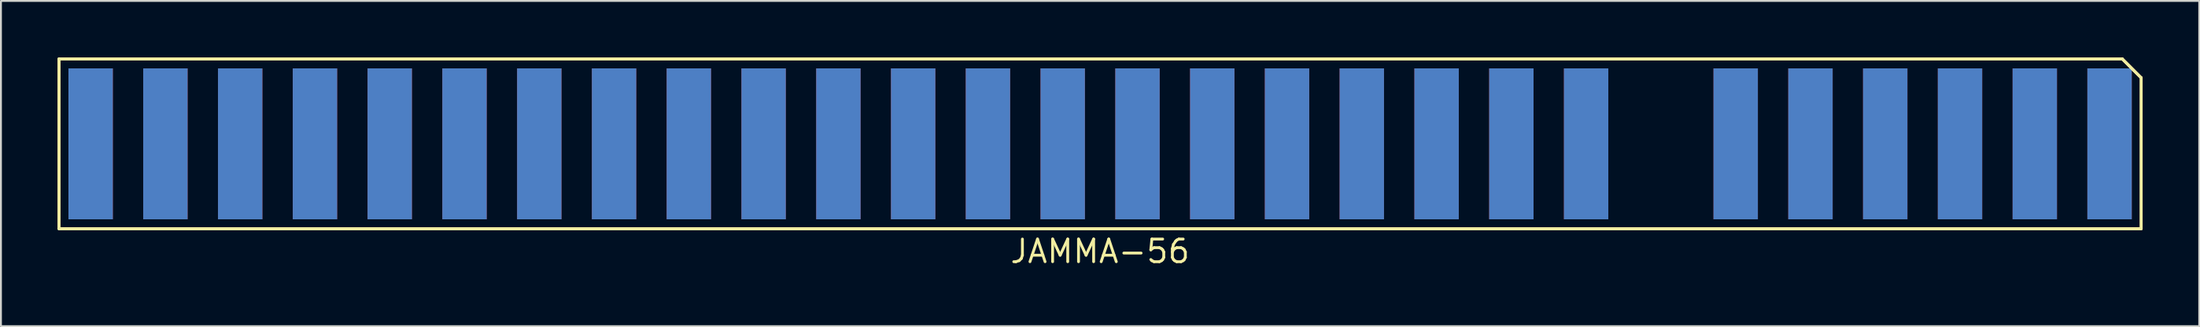
<source format=kicad_pcb>
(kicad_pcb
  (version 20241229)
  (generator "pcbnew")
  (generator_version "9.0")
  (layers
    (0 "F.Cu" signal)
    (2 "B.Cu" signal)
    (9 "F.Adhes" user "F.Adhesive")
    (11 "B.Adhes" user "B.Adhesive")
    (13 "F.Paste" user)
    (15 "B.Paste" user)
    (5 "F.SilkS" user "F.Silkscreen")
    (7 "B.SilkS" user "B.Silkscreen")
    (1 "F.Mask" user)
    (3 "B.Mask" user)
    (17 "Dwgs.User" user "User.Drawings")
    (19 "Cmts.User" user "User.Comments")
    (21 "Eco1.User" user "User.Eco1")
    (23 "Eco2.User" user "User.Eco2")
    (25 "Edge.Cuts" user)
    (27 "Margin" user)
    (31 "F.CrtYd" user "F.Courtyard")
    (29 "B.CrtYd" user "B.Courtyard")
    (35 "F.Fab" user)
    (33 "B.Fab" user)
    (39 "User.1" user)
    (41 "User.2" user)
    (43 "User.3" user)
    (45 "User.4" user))
  (footprint "JAMMA-56"
    (layer "F.Cu")
    (at 108.82 4.525)
    (property "Reference" "JAMMA-56" (at -53.61 5.75 0) (layer "F.SilkS") (effects (font (size 1.2 1.2) (thickness 0.15))))
    (attr through_hole)
    (fp_line (start -108.745 -4.45) (end 0.525 -4.45) (stroke (width 0.15) (type solid)) (layer "F.SilkS"))
    (fp_line (start -108.745 -4.45) (end 0.525 -4.45) (stroke (width 0.15) (type solid)) (layer "F.SilkS"))
    (fp_line (start -108.745 4.55) (end -108.745 -4.45) (stroke (width 0.15) (type solid)) (layer "F.SilkS"))
    (fp_line (start -108.745 4.55) (end -108.745 -4.45) (stroke (width 0.15) (type solid)) (layer "F.SilkS"))
    (fp_line (start 0.525 -4.45) (end 1.525 -3.45) (stroke (width 0.15) (type solid)) (layer "F.SilkS"))
    (fp_line (start 0.525 -4.45) (end 1.525 -3.45) (stroke (width 0.15) (type solid)) (layer "F.SilkS"))
    (fp_line (start 1.525 -3.45) (end 1.525 4.55) (stroke (width 0.15) (type solid)) (layer "F.SilkS"))
    (fp_line (start 1.525 -3.45) (end 1.525 4.55) (stroke (width 0.15) (type solid)) (layer "F.SilkS"))
    (fp_line (start 1.525 4.55) (end -108.745 4.55) (stroke (width 0.15) (type solid)) (layer "F.SilkS"))
    (fp_line (start 1.525 4.55) (end -108.745 4.55) (stroke (width 0.15) (type solid)) (layer "F.SilkS"))
    (pad "1" smd rect (at -0.15 0.05) (size 2.35 8) (layers "*.Mask" "F.Cu"))
    (pad "2" smd rect (at -4.11 0.05) (size 2.35 8) (layers "*.Mask" "F.Cu"))
    (pad "3" smd rect (at -8.07 0.05) (size 2.35 8) (layers "*.Mask" "F.Cu"))
    (pad "4" smd rect (at -12.03 0.05) (size 2.35 8) (layers "*.Mask" "F.Cu"))
    (pad "5" smd rect (at -15.99 0.05) (size 2.35 8) (layers "*.Mask" "F.Cu"))
    (pad "6" smd rect (at -19.95 0.05) (size 2.35 8) (layers "*.Mask" "F.Cu"))
    (pad "8" smd rect (at -27.87 0.05) (size 2.35 8) (layers "*.Mask" "F.Cu"))
    (pad "9" smd rect (at -31.83 0.05) (size 2.35 8) (layers "*.Mask" "F.Cu"))
    (pad "10" smd rect (at -35.79 0.05) (size 2.35 8) (layers "*.Mask" "F.Cu"))
    (pad "11" smd rect (at -39.75 0.05) (size 2.35 8) (layers "*.Mask" "F.Cu"))
    (pad "12" smd rect (at -43.71 0.05) (size 2.35 8) (layers "*.Mask" "F.Cu"))
    (pad "13" smd rect (at -47.67 0.05) (size 2.35 8) (layers "*.Mask" "F.Cu"))
    (pad "14" smd rect (at -51.63 0.05) (size 2.35 8) (layers "*.Mask" "F.Cu"))
    (pad "15" smd rect (at -55.59 0.05) (size 2.35 8) (layers "*.Mask" "F.Cu"))
    (pad "16" smd rect (at -59.55 0.05) (size 2.35 8) (layers "*.Mask" "F.Cu"))
    (pad "17" smd rect (at -63.51 0.05) (size 2.35 8) (layers "*.Mask" "F.Cu"))
    (pad "18" smd rect (at -67.47 0.05) (size 2.35 8) (layers "*.Mask" "F.Cu"))
    (pad "19" smd rect (at -71.43 0.05) (size 2.35 8) (layers "*.Mask" "F.Cu"))
    (pad "20" smd rect (at -75.39 0.05) (size 2.35 8) (layers "*.Mask" "F.Cu"))
    (pad "21" smd rect (at -79.35 0.05) (size 2.35 8) (layers "*.Mask" "F.Cu"))
    (pad "22" smd rect (at -83.31 0.05) (size 2.35 8) (layers "*.Mask" "F.Cu"))
    (pad "23" smd rect (at -87.27 0.05) (size 2.35 8) (layers "*.Mask" "F.Cu"))
    (pad "24" smd rect (at -91.23 0.05) (size 2.35 8) (layers "*.Mask" "F.Cu"))
    (pad "25" smd rect (at -95.19 0.05) (size 2.35 8) (layers "*.Mask" "F.Cu"))
    (pad "26" smd rect (at -99.15 0.05) (size 2.35 8) (layers "*.Mask" "F.Cu"))
    (pad "27" smd rect (at -103.11 0.05) (size 2.35 8) (layers "*.Mask" "F.Cu"))
    (pad "28" smd rect (at -107.07 0.05) (size 2.35 8) (layers "*.Mask" "F.Cu"))
    (pad "A" smd rect (at -0.15 0.05) (size 2.35 8) (layers "*.Mask" "B.Cu"))
    (pad "B" smd rect (at -4.11 0.05) (size 2.35 8) (layers "*.Mask" "B.Cu"))
    (pad "C" smd rect (at -8.07 0.05) (size 2.35 8) (layers "*.Mask" "B.Cu"))
    (pad "D" smd rect (at -12.03 0.05) (size 2.35 8) (layers "*.Mask" "B.Cu"))
    (pad "E" smd rect (at -15.99 0.05) (size 2.35 8) (layers "*.Mask" "B.Cu"))
    (pad "F" smd rect (at -19.95 0.05) (size 2.35 8) (layers "*.Mask" "B.Cu"))
    (pad "J" smd rect (at -27.87 0.05) (size 2.35 8) (layers "*.Mask" "B.Cu"))
    (pad "K" smd rect (at -31.83 0.05) (size 2.35 8) (layers "*.Mask" "B.Cu"))
    (pad "L" smd rect (at -35.79 0.05) (size 2.35 8) (layers "*.Mask" "B.Cu"))
    (pad "M" smd rect (at -39.75 0.05) (size 2.35 8) (layers "*.Mask" "B.Cu"))
    (pad "N" smd rect (at -43.71 0.05) (size 2.35 8) (layers "*.Mask" "B.Cu"))
    (pad "P" smd rect (at -47.67 0.05) (size 2.35 8) (layers "*.Mask" "B.Cu"))
    (pad "R" smd rect (at -51.63 0.05) (size 2.35 8) (layers "*.Mask" "B.Cu"))
    (pad "S" smd rect (at -55.59 0.05) (size 2.35 8) (layers "*.Mask" "B.Cu"))
    (pad "T" smd rect (at -59.55 0.05) (size 2.35 8) (layers "*.Mask" "B.Cu"))
    (pad "U" smd rect (at -63.51 0.05) (size 2.35 8) (layers "*.Mask" "B.Cu"))
    (pad "V" smd rect (at -67.47 0.05) (size 2.35 8) (layers "*.Mask" "B.Cu"))
    (pad "W" smd rect (at -71.43 0.05) (size 2.35 8) (layers "*.Mask" "B.Cu"))
    (pad "X" smd rect (at -75.39 0.05) (size 2.35 8) (layers "*.Mask" "B.Cu"))
    (pad "Y" smd rect (at -79.35 0.05) (size 2.35 8) (layers "*.Mask" "B.Cu"))
    (pad "Z" smd rect (at -83.31 0.05) (size 2.35 8) (layers "*.Mask" "B.Cu"))
    (pad "a" smd rect (at -87.27 0.05) (size 2.35 8) (layers "*.Mask" "B.Cu"))
    (pad "b" smd rect (at -91.23 0.05) (size 2.35 8) (layers "*.Mask" "B.Cu"))
    (pad "c" smd rect (at -95.19 0.05) (size 2.35 8) (layers "*.Mask" "B.Cu"))
    (pad "d" smd rect (at -99.15 0.05) (size 2.35 8) (layers "*.Mask" "B.Cu"))
    (pad "e" smd rect (at -103.11 0.05) (size 2.35 8) (layers "*.Mask" "B.Cu"))
    (pad "f" smd rect (at -107.07 0.05) (size 2.35 8) (layers "*.Mask" "B.Cu")))
  (gr_rect
    (start -3 -3)
    (end 113.42 14.24)
    (stroke (width 0.1) (type default))
    (fill no)
    (layer "Edge.Cuts")))
</source>
